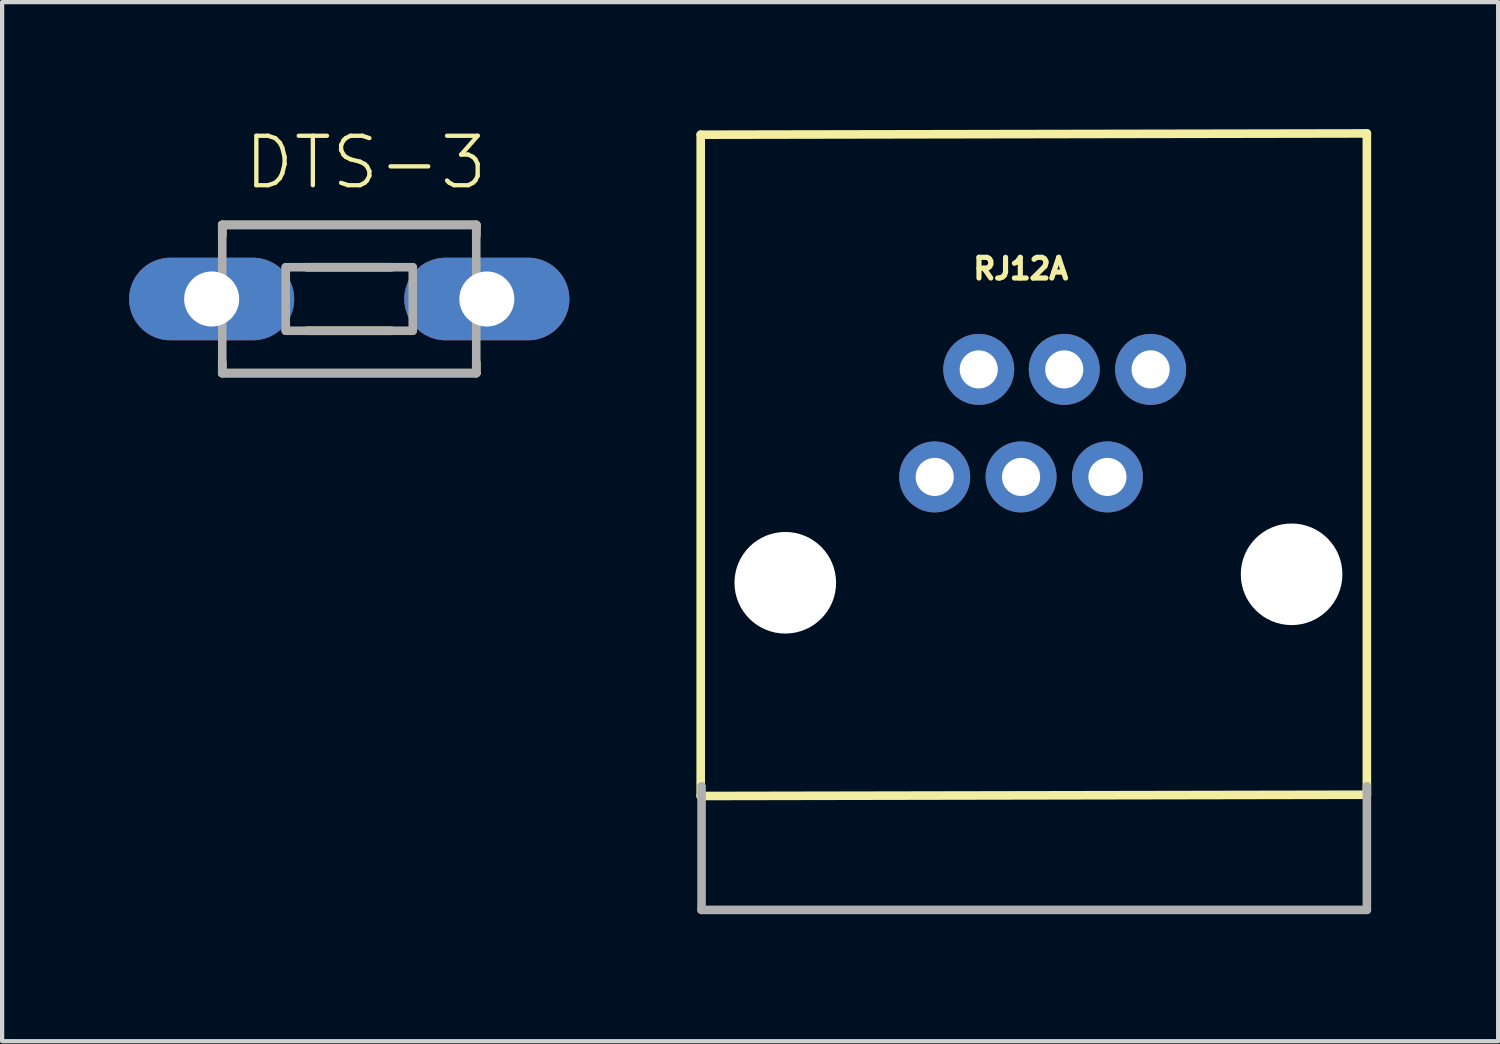
<source format=kicad_pcb>
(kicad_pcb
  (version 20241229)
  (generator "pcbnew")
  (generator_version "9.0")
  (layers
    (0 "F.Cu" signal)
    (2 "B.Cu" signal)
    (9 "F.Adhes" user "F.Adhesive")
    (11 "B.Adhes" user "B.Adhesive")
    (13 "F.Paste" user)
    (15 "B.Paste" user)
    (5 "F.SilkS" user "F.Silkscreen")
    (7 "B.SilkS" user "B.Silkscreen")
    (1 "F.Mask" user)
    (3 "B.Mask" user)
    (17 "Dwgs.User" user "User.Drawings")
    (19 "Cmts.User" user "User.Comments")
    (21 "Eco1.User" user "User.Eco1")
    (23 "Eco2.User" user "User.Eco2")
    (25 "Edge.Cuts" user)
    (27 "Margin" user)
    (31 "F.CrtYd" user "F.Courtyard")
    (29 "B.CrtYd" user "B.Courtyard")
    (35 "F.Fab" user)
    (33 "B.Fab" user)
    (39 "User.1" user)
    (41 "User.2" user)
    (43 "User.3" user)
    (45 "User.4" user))
  (footprint "DTS-3"
    (layer "F.Cu")
    (at 5.2 4.013)
    (property "Reference" "DTS-3" (at -2.54 -2.54 0) (layer "F.SilkS") (effects (font (size 1.168 1.168) (thickness 0.102)) (justify left bottom)))
    (fp_line (start -3 -1.75) (end -3 -1.5) (stroke (width 0.203) (type solid)) (layer "F.SilkS"))
    (fp_line (start -3 -1.75) (end 3 -1.75) (stroke (width 0.203) (type solid)) (layer "F.SilkS"))
    (fp_line (start -3 1.75) (end -3 1.5) (stroke (width 0.203) (type solid)) (layer "F.SilkS"))
    (fp_line (start -1 -0.75) (end 1 -0.75) (stroke (width 0.203) (type solid)) (layer "F.SilkS"))
    (fp_line (start -1 0.75) (end 1 0.75) (stroke (width 0.203) (type solid)) (layer "F.SilkS"))
    (fp_line (start 3 -1.75) (end 3 -1.5) (stroke (width 0.203) (type solid)) (layer "F.SilkS"))
    (fp_line (start 3 1.5) (end 3 1.75) (stroke (width 0.203) (type solid)) (layer "F.SilkS"))
    (fp_line (start 3 1.75) (end -3 1.75) (stroke (width 0.203) (type solid)) (layer "F.SilkS"))
    (fp_line (start -3 -1.75) (end 3 -1.75) (stroke (width 0.203) (type solid)) (layer "F.Fab"))
    (fp_line (start -3 1.75) (end -3 -1.75) (stroke (width 0.203) (type solid)) (layer "F.Fab"))
    (fp_line (start -1.5 -0.75) (end 1.5 -0.75) (stroke (width 0.203) (type solid)) (layer "F.Fab"))
    (fp_line (start -1.5 0.75) (end -1.5 -0.75) (stroke (width 0.203) (type solid)) (layer "F.Fab"))
    (fp_line (start 1.5 -0.75) (end 1.5 0.75) (stroke (width 0.203) (type solid)) (layer "F.Fab"))
    (fp_line (start 1.5 0.75) (end -1.5 0.75) (stroke (width 0.203) (type solid)) (layer "F.Fab"))
    (fp_line (start 3 -1.75) (end 3 1.75) (stroke (width 0.203) (type solid)) (layer "F.Fab"))
    (fp_line (start 3 1.75) (end -3 1.75) (stroke (width 0.203) (type solid)) (layer "F.Fab"))
    (pad "1" thru_hole oval (at -3.25 0) (size 3.9 1.95) (drill 1.3) (layers "*.Cu" "*.Mask"))
    (pad "2" thru_hole oval (at 3.25 0) (size 3.9 1.95) (drill 1.3) (layers "*.Cu" "*.Mask")))
  (footprint "RJ12A"
    (layer "F.Cu")
    (at 21.58 10.516)
    (property "Reference" "RJ12A" (at -1.701 -6.933 0) (layer "F.SilkS") (effects (font (size 0.488 0.488) (thickness 0.122)) (justify left bottom)))
    (fp_line (start -8.078 -10.384) (end -8.078 5.237) (stroke (width 0.203) (type solid)) (layer "F.SilkS"))
    (fp_line (start 7.658 -10.414) (end -8.078 -10.384) (stroke (width 0.203) (type solid)) (layer "F.SilkS"))
    (fp_line (start 7.658 5.207) (end -8.078 5.237) (stroke (width 0.203) (type solid)) (layer "F.SilkS"))
    (fp_line (start 7.658 5.207) (end 7.658 -10.414) (stroke (width 0.203) (type solid)) (layer "F.SilkS"))
    (fp_line (start -8.058 5.007) (end -8.058 7.928) (stroke (width 0.203) (type solid)) (layer "F.Fab"))
    (fp_line (start -8.058 7.928) (end 7.658 7.928) (stroke (width 0.203) (type solid)) (layer "F.Fab"))
    (fp_line (start 7.658 7.928) (end 7.658 5.007) (stroke (width 0.203) (type solid)) (layer "F.Fab"))
    (pad "" np_thru_hole circle (at -6.08 0.2) (size 2.4 2.4) (drill 2.4) (layers "*.Cu" "*.Mask"))
    (pad "" np_thru_hole circle (at 5.88 0) (size 2.4 2.4) (drill 2.4) (layers "*.Cu" "*.Mask"))
    (pad "1" thru_hole circle (at -2.55 -2.3) (size 1.676 1.676) (drill 0.9) (layers "*.Cu" "*.Mask"))
    (pad "2" thru_hole circle (at -1.51 -4.84 180) (size 1.676 1.676) (drill 0.9) (layers "*.Cu" "*.Mask"))
    (pad "3" thru_hole circle (at -0.51 -2.3) (size 1.676 1.676) (drill 0.9) (layers "*.Cu" "*.Mask"))
    (pad "4" thru_hole circle (at 0.51 -4.84) (size 1.676 1.676) (drill 0.9) (layers "*.Cu" "*.Mask"))
    (pad "5" thru_hole circle (at 1.53 -2.3) (size 1.676 1.676) (drill 0.9) (layers "*.Cu" "*.Mask"))
    (pad "6" thru_hole circle (at 2.55 -4.84) (size 1.676 1.676) (drill 0.9) (layers "*.Cu" "*.Mask")))
  (gr_rect
    (start -3 -3)
    (end 32.339 21.545)
    (stroke (width 0.1) (type default))
    (fill no)
    (layer "Edge.Cuts")))
</source>
